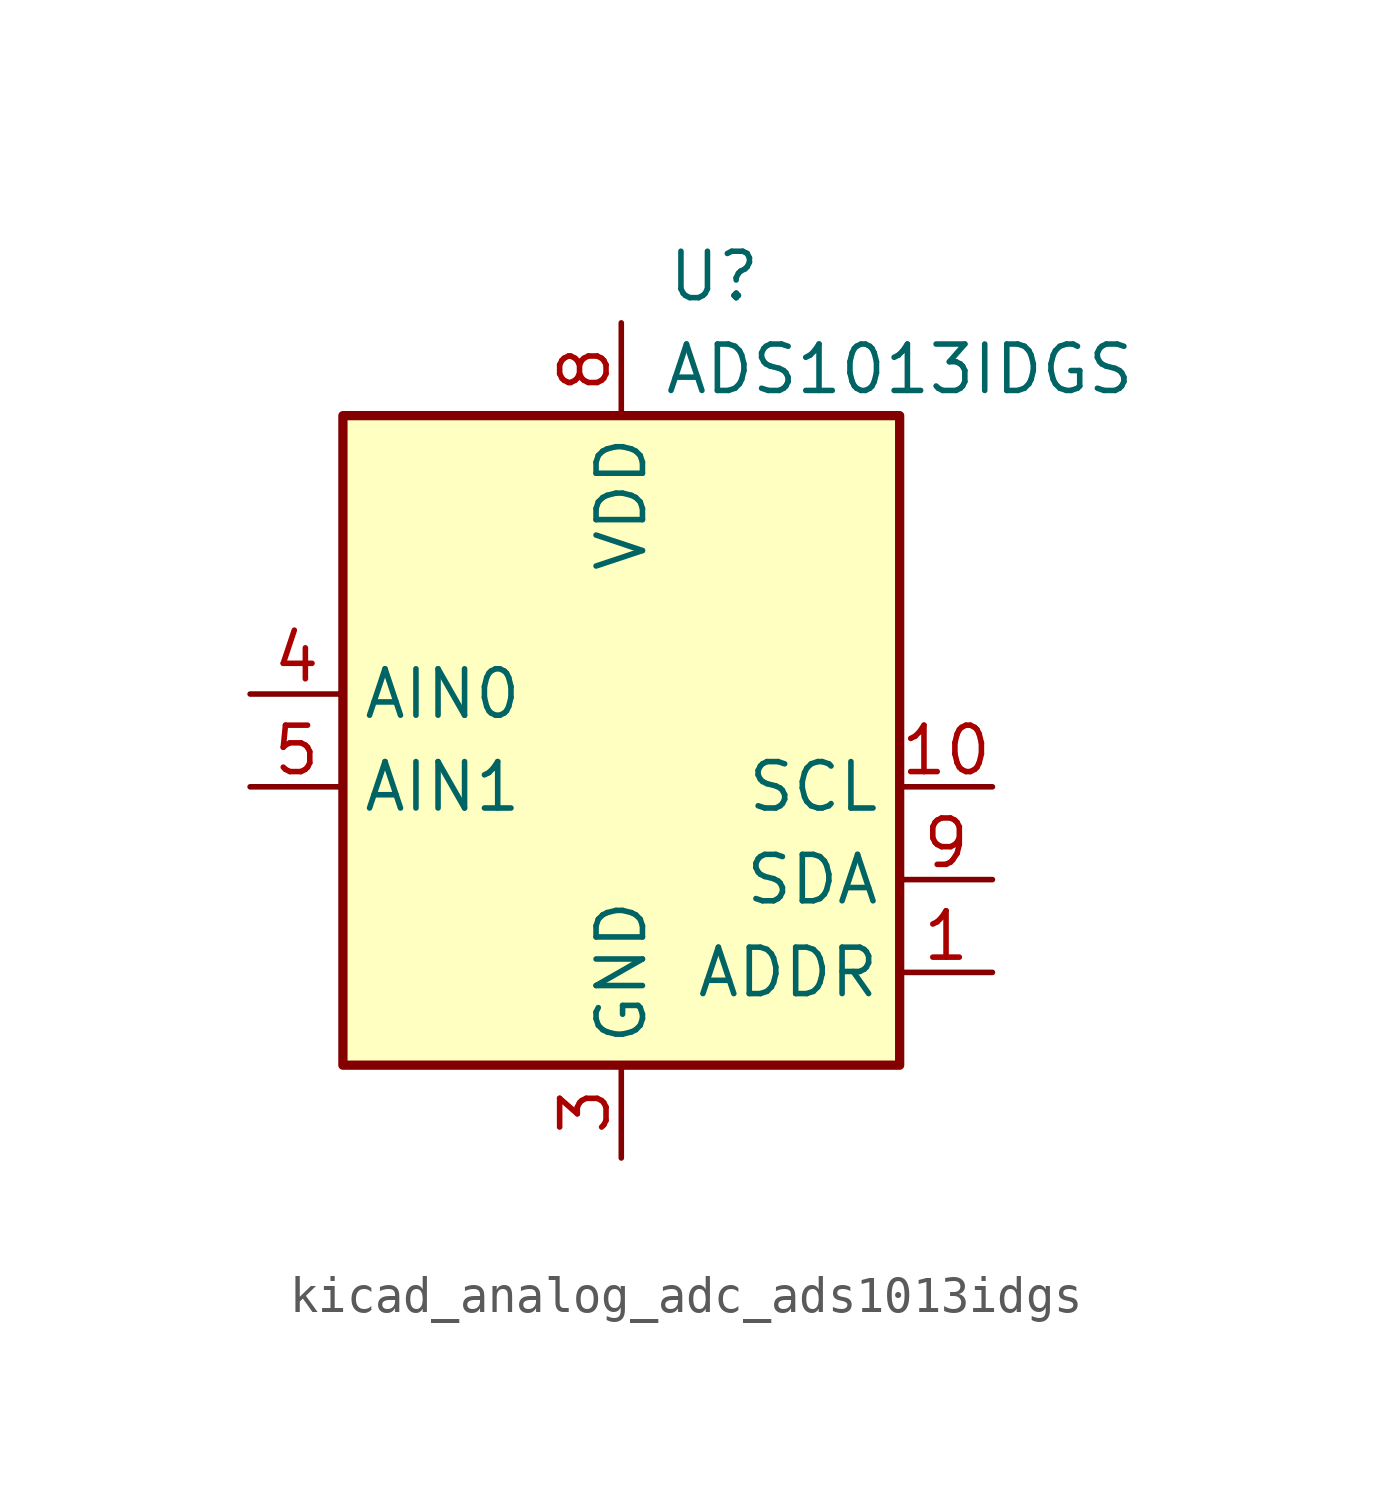
<source format=kicad_sym>
(kicad_symbol_lib
  (version 20220914)
  (generator kicad_symbol_editor)
  (symbol "kicad_analog_adc_ads1013idgs"
    (property "Reference" "U"
      (at 2.54 13.97 0)
      (effects (font (size 1.27 1.27))))
    (property "Value" "ADS1013IDGS"
      (at 7.62 11.43 0)
      (effects (font (size 1.27 1.27))))
    (symbol "kicad_analog_adc_ads1013idgs_0_1"
      (rectangle (start -7.62 10.16) (end 7.62 -7.62) (stroke (width 0.254) (type default)) (fill (type background))))
    (symbol "kicad_analog_adc_ads1013idgs_1_1"
      (pin input line (at 10.16 -5.08 180) (length 2.54) (name "ADDR" (effects (font (size 1.27 1.27)))) (number "1" (effects (font (size 1.27 1.27)))))
      (pin input line (at 10.16 0 180) (length 2.54) (name "SCL" (effects (font (size 1.27 1.27)))) (number "10" (effects (font (size 1.27 1.27)))))
      (pin no_connect line (at 7.62 7.62 180) (length 2.54) hide (name "~" (effects (font (size 1.27 1.27)))) (number "2" (effects (font (size 1.27 1.27)))))
      (pin power_in line (at 0 -10.16 90) (length 2.54) (name "GND" (effects (font (size 1.27 1.27)))) (number "3" (effects (font (size 1.27 1.27)))))
      (pin input line (at -10.16 2.54 0) (length 2.54) (name "AIN0" (effects (font (size 1.27 1.27)))) (number "4" (effects (font (size 1.27 1.27)))))
      (pin input line (at -10.16 0 0) (length 2.54) (name "AIN1" (effects (font (size 1.27 1.27)))) (number "5" (effects (font (size 1.27 1.27)))))
      (pin no_connect line (at 7.62 5.08 180) (length 2.54) hide (name "~" (effects (font (size 1.27 1.27)))) (number "6" (effects (font (size 1.27 1.27)))))
      (pin no_connect line (at 7.62 2.54 180) (length 2.54) hide (name "~" (effects (font (size 1.27 1.27)))) (number "7" (effects (font (size 1.27 1.27)))))
      (pin power_in line (at 0 12.7 270) (length 2.54) (name "VDD" (effects (font (size 1.27 1.27)))) (number "8" (effects (font (size 1.27 1.27)))))
      (pin bidirectional line (at 10.16 -2.54 180) (length 2.54) (name "SDA" (effects (font (size 1.27 1.27)))) (number "9" (effects (font (size 1.27 1.27))))))))
</source>
